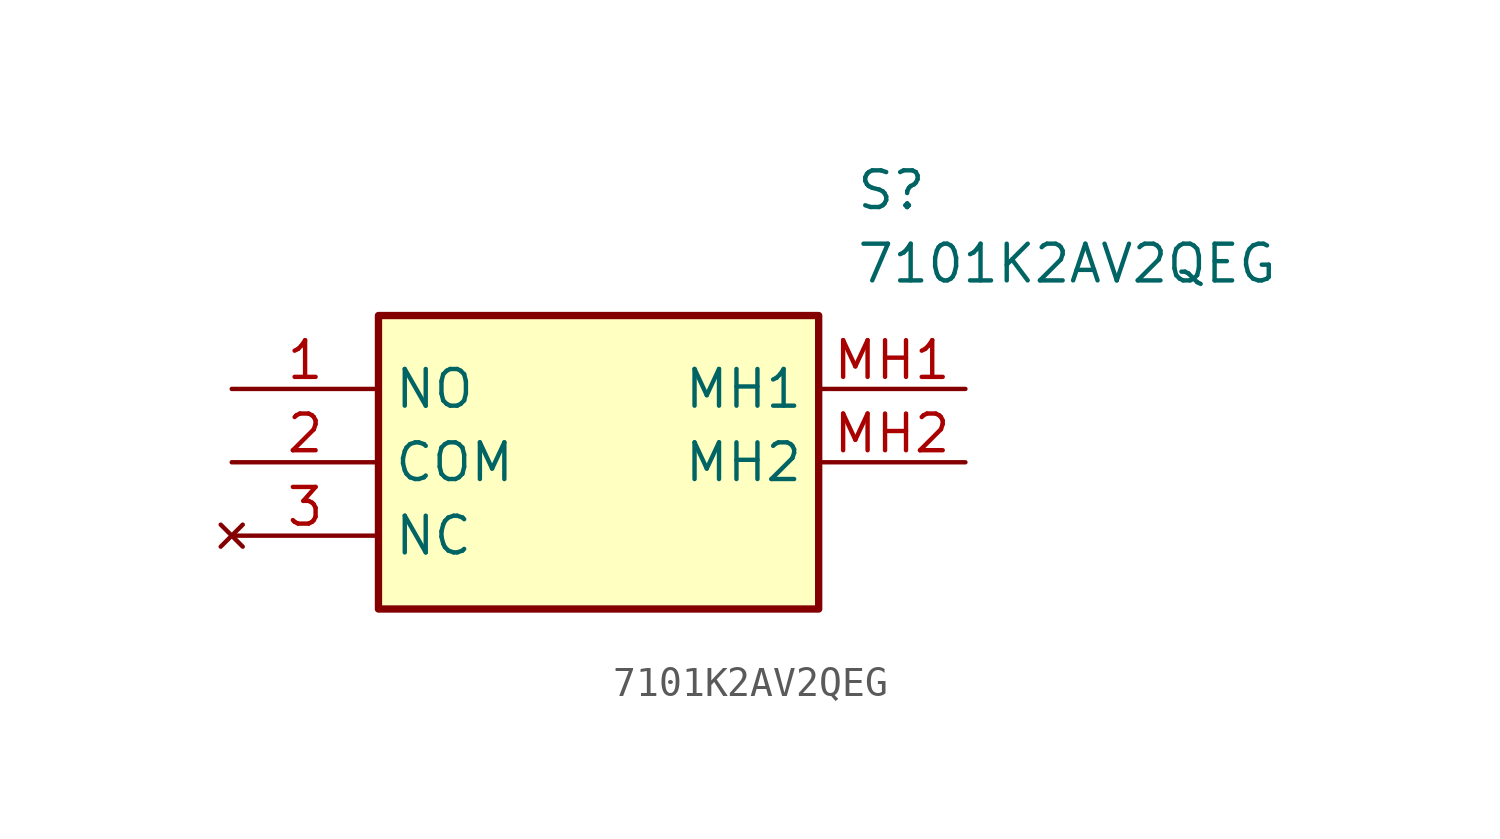
<source format=kicad_sym>
(kicad_symbol_lib
  (version 20211014)
  (generator SamacSys_ECAD_Model)
  (symbol "7101K2AV2QEG"
    (property "Reference" "S"
      (at 21.59 7.62 0)
      (effects (font (size 1.27 1.27)) (justify left top)))
    (property "Value" "7101K2AV2QEG"
      (at 21.59 5.08 0)
      (effects (font (size 1.27 1.27)) (justify left top)))
    (rectangle
      (start 5.08 2.54)
      (end 20.32 -7.62)
      (stroke (width 0.254) (type default))
      (fill (type background)))
    (pin passive line
      (at 0 0 0)
      (length 5.08)
      (name "NO" (effects (font (size 1.27 1.27))))
      (number "1" (effects (font (size 1.27 1.27)))))
    (pin passive line
      (at 0 -2.54 0)
      (length 5.08)
      (name "COM" (effects (font (size 1.27 1.27))))
      (number "2" (effects (font (size 1.27 1.27)))))
    (pin no_connect line
      (at 0 -5.08 0)
      (length 5.08)
      (name "NC" (effects (font (size 1.27 1.27))))
      (number "3" (effects (font (size 1.27 1.27)))))
    (pin passive line
      (at 25.4 0 180)
      (length 5.08)
      (name "MH1" (effects (font (size 1.27 1.27))))
      (number "MH1" (effects (font (size 1.27 1.27)))))
    (pin passive line
      (at 25.4 -2.54 180)
      (length 5.08)
      (name "MH2" (effects (font (size 1.27 1.27))))
      (number "MH2" (effects (font (size 1.27 1.27)))))))
</source>
